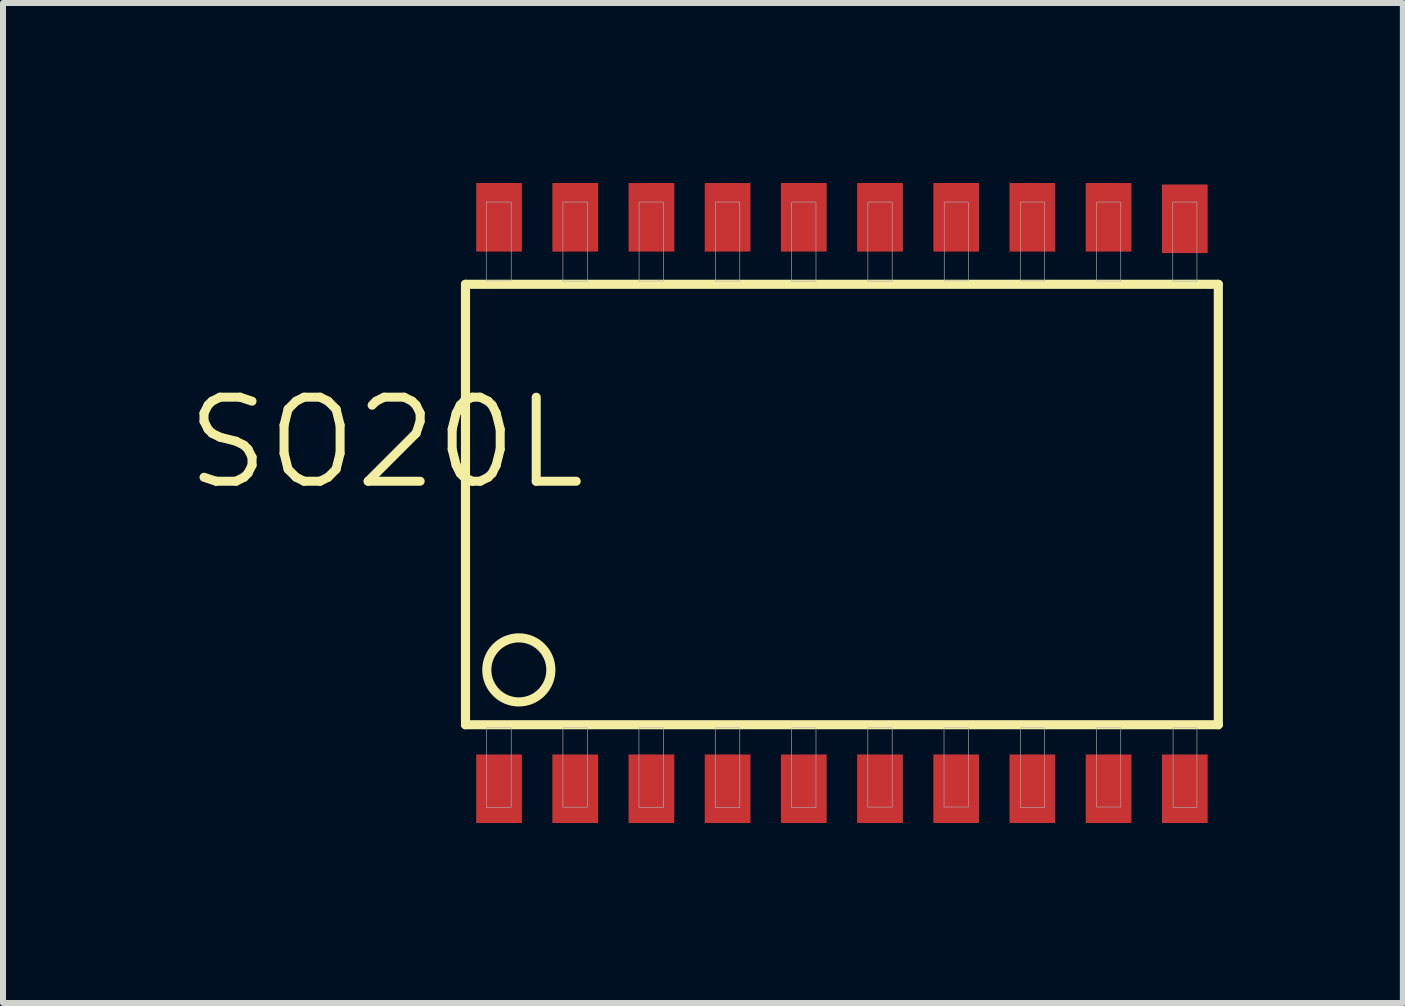
<source format=kicad_pcb>
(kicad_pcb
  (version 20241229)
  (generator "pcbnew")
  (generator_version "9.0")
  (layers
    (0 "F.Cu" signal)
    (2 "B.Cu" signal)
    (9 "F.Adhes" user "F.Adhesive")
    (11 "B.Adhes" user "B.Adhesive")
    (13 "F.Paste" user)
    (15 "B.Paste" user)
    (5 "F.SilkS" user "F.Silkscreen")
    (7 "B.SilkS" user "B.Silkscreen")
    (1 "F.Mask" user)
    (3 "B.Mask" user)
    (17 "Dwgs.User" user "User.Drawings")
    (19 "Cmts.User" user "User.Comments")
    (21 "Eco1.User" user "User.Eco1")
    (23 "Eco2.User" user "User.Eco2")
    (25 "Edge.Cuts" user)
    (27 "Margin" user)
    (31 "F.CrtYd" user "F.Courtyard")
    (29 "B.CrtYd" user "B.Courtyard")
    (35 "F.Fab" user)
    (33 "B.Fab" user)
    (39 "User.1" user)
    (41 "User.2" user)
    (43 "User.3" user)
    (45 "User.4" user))
  (footprint "SO20L"
    (layer "F.Cu")
    (at 10.348 4.966)
    (property "Reference" "SO20L" (at -6.962 -0.635 180) (layer "F.SilkS") (effects (font (size 1.401 1.401) (thickness 0.15))))
    (attr smd)
    (fp_line (start -5.639 -3.277) (end -5.639 4.064) (stroke (width 0.152) (type solid)) (layer "F.SilkS"))
    (fp_line (start -5.639 4.064) (end 6.909 4.064) (stroke (width 0.152) (type solid)) (layer "F.SilkS"))
    (fp_line (start 6.909 -3.277) (end -5.639 -3.277) (stroke (width 0.152) (type solid)) (layer "F.SilkS"))
    (fp_line (start 6.909 4.064) (end 6.909 -3.277) (stroke (width 0.152) (type solid)) (layer "F.SilkS"))
    (fp_circle (center -4.75 3.15) (end -4.216 3.15) (stroke (width 0.152) (type solid)) (fill no) (layer "F.SilkS"))
    (fp_poly (pts (xy -5.293 -4.648) (xy -4.877 -4.648) (xy -4.877 -3.334) (xy -5.293 -3.334)) (stroke (width 0.01) (type solid)) (fill no) (layer "F.Fab"))
    (fp_poly (pts (xy -5.29 4.115) (xy -4.877 4.115) (xy -4.877 5.443) (xy -5.29 5.443)) (stroke (width 0.01) (type solid)) (fill no) (layer "F.Fab"))
    (fp_poly (pts (xy -4.015 4.115) (xy -3.607 4.115) (xy -3.607 5.438) (xy -4.015 5.438)) (stroke (width 0.01) (type solid)) (fill no) (layer "F.Fab"))
    (fp_poly (pts (xy -4.015 -4.648) (xy -3.607 -4.648) (xy -3.607 -3.329) (xy -4.015 -3.329)) (stroke (width 0.01) (type solid)) (fill no) (layer "F.Fab"))
    (fp_poly (pts (xy -2.748 4.115) (xy -2.337 4.115) (xy -2.337 5.445) (xy -2.748 5.445)) (stroke (width 0.01) (type solid)) (fill no) (layer "F.Fab"))
    (fp_poly (pts (xy -2.746 -4.648) (xy -2.337 -4.648) (xy -2.337 -3.331) (xy -2.746 -3.331)) (stroke (width 0.01) (type solid)) (fill no) (layer "F.Fab"))
    (fp_poly (pts (xy -1.476 4.115) (xy -1.067 4.115) (xy -1.067 5.445) (xy -1.476 5.445)) (stroke (width 0.01) (type solid)) (fill no) (layer "F.Fab"))
    (fp_poly (pts (xy -1.475 -4.648) (xy -1.067 -4.648) (xy -1.067 -3.331) (xy -1.475 -3.331)) (stroke (width 0.01) (type solid)) (fill no) (layer "F.Fab"))
    (fp_poly (pts (xy -0.204 4.115) (xy 0.203 4.115) (xy 0.203 5.444) (xy -0.204 5.444)) (stroke (width 0.01) (type solid)) (fill no) (layer "F.Fab"))
    (fp_poly (pts (xy -0.203 -4.648) (xy 0.203 -4.648) (xy 0.203 -3.33) (xy -0.203 -3.33)) (stroke (width 0.01) (type solid)) (fill no) (layer "F.Fab"))
    (fp_poly (pts (xy 1.067 4.115) (xy 1.473 4.115) (xy 1.473 5.437) (xy 1.067 5.437)) (stroke (width 0.01) (type solid)) (fill no) (layer "F.Fab"))
    (fp_poly (pts (xy 1.068 -4.648) (xy 1.473 -4.648) (xy 1.473 -3.33) (xy 1.068 -3.33)) (stroke (width 0.01) (type solid)) (fill no) (layer "F.Fab"))
    (fp_poly (pts (xy 2.337 4.115) (xy 2.743 4.115) (xy 2.743 5.436) (xy 2.337 5.436)) (stroke (width 0.01) (type solid)) (fill no) (layer "F.Fab"))
    (fp_poly (pts (xy 2.341 -4.648) (xy 2.743 -4.648) (xy 2.743 -3.334) (xy 2.341 -3.334)) (stroke (width 0.01) (type solid)) (fill no) (layer "F.Fab"))
    (fp_poly (pts (xy 3.613 -4.648) (xy 4.013 -4.648) (xy 4.013 -3.333) (xy 3.613 -3.333)) (stroke (width 0.01) (type solid)) (fill no) (layer "F.Fab"))
    (fp_poly (pts (xy 3.614 4.115) (xy 4.013 4.115) (xy 4.013 5.446) (xy 3.614 5.446)) (stroke (width 0.01) (type solid)) (fill no) (layer "F.Fab"))
    (fp_poly (pts (xy 4.877 4.115) (xy 5.283 4.115) (xy 5.283 5.436) (xy 4.877 5.436)) (stroke (width 0.01) (type solid)) (fill no) (layer "F.Fab"))
    (fp_poly (pts (xy 4.882 -4.648) (xy 5.283 -4.648) (xy 5.283 -3.331) (xy 4.882 -3.331)) (stroke (width 0.01) (type solid)) (fill no) (layer "F.Fab"))
    (fp_poly (pts (xy 6.15 -4.648) (xy 6.553 -4.648) (xy 6.553 -3.329) (xy 6.15 -3.329)) (stroke (width 0.01) (type solid)) (fill no) (layer "F.Fab"))
    (fp_poly (pts (xy 6.155 4.115) (xy 6.553 4.115) (xy 6.553 5.443) (xy 6.155 5.443)) (stroke (width 0.01) (type solid)) (fill no) (layer "F.Fab"))
    (pad "1" smd rect (at -5.08 5.131) (size 0.762 1.143) (layers "F.Cu" "F.Mask" "F.Paste"))
    (pad "2" smd rect (at -3.81 5.131) (size 0.762 1.143) (layers "F.Cu" "F.Mask" "F.Paste"))
    (pad "3" smd rect (at -2.54 5.131) (size 0.762 1.143) (layers "F.Cu" "F.Mask" "F.Paste"))
    (pad "4" smd rect (at -1.27 5.131) (size 0.762 1.143) (layers "F.Cu" "F.Mask" "F.Paste"))
    (pad "5" smd rect (at 0 5.131) (size 0.762 1.143) (layers "F.Cu" "F.Mask" "F.Paste"))
    (pad "6" smd rect (at 1.27 5.131) (size 0.762 1.143) (layers "F.Cu" "F.Mask" "F.Paste"))
    (pad "7" smd rect (at 2.54 5.131) (size 0.762 1.143) (layers "F.Cu" "F.Mask" "F.Paste"))
    (pad "8" smd rect (at 3.81 5.131) (size 0.762 1.143) (layers "F.Cu" "F.Mask" "F.Paste"))
    (pad "9" smd rect (at 5.08 5.131) (size 0.762 1.143) (layers "F.Cu" "F.Mask" "F.Paste"))
    (pad "10" smd rect (at 6.35 5.131) (size 0.762 1.143) (layers "F.Cu" "F.Mask" "F.Paste"))
    (pad "11" smd rect (at 6.35 -4.369) (size 0.762 1.143) (layers "F.Cu" "F.Mask" "F.Paste"))
    (pad "12" smd rect (at 5.08 -4.394) (size 0.762 1.143) (layers "F.Cu" "F.Mask" "F.Paste"))
    (pad "13" smd rect (at 3.81 -4.394) (size 0.762 1.143) (layers "F.Cu" "F.Mask" "F.Paste"))
    (pad "14" smd rect (at 2.54 -4.394) (size 0.762 1.143) (layers "F.Cu" "F.Mask" "F.Paste"))
    (pad "15" smd rect (at 1.27 -4.394) (size 0.762 1.143) (layers "F.Cu" "F.Mask" "F.Paste"))
    (pad "16" smd rect (at 0 -4.394) (size 0.762 1.143) (layers "F.Cu" "F.Mask" "F.Paste"))
    (pad "17" smd rect (at -1.27 -4.394) (size 0.762 1.143) (layers "F.Cu" "F.Mask" "F.Paste"))
    (pad "18" smd rect (at -2.54 -4.394) (size 0.762 1.143) (layers "F.Cu" "F.Mask" "F.Paste"))
    (pad "19" smd rect (at -3.81 -4.394) (size 0.762 1.143) (layers "F.Cu" "F.Mask" "F.Paste"))
    (pad "20" smd rect (at -5.08 -4.394) (size 0.762 1.143) (layers "F.Cu" "F.Mask" "F.Paste")))
  (gr_rect
    (start -3 -3)
    (end 20.333 13.668)
    (stroke (width 0.1) (type default))
    (fill no)
    (layer "Edge.Cuts")))
</source>
